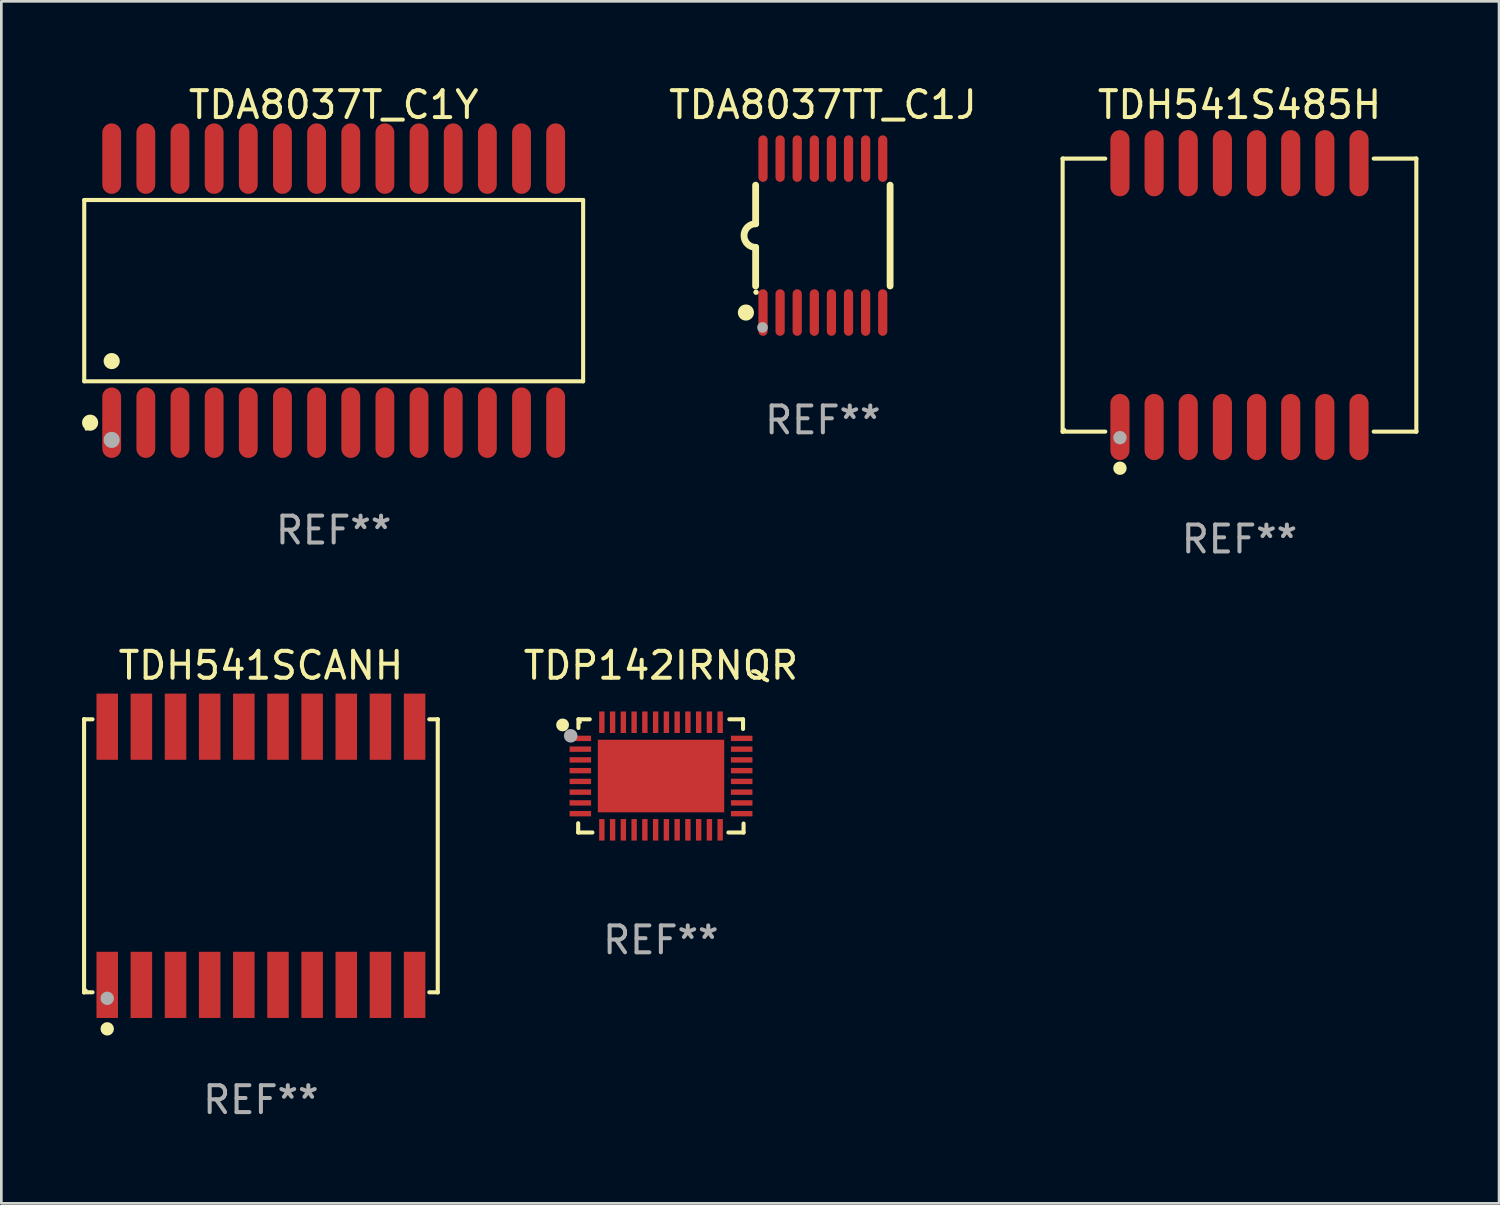
<source format=kicad_pcb>
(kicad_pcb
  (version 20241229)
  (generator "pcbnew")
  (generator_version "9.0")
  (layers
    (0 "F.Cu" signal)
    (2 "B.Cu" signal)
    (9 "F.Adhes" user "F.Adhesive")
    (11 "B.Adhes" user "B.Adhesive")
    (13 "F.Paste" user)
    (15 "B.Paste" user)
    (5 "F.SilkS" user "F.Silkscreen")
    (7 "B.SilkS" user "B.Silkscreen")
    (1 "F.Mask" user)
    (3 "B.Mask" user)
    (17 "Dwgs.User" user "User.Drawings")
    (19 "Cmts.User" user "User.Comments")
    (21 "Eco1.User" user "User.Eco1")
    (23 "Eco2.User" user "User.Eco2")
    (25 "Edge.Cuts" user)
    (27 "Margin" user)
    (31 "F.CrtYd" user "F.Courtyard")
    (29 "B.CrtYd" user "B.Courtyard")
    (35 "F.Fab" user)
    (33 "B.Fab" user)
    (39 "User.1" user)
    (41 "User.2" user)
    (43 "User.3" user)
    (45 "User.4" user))
  (footprint "TDA8037TT_C1J"
    (layer "F.Cu")
    (at 27.549 5.71)
    (property "Reference" "TDA8037TT_C1J" (at 0 -4.862 0) (layer "F.SilkS") (effects (font (size 1 1) (thickness 0.15))))
    (attr through_hole)
    (fp_line (start -2.5 -1.874) (end -2.5 -0.439) (stroke (width 0.254) (type solid)) (layer "F.SilkS"))
    (fp_line (start -2.5 1.874) (end -2.5 0.439) (stroke (width 0.254) (type solid)) (layer "F.SilkS"))
    (fp_line (start 2.5 -1.874) (end 2.5 1.874) (stroke (width 0.254) (type solid)) (layer "F.SilkS"))
    (fp_arc (start -2.5 0.438989) (mid -2.938633 -0.000597) (end -2.499365 -0.439547) (stroke (width 0.254001) (type solid)) (layer "F.SilkS"))
    (fp_circle (center -2.862 2.862) (end -2.712 2.862) (stroke (width 0.3) (type solid)) (fill no) (layer "F.SilkS"))
    (fp_circle (center -2.486 2.106) (end -2.436 2.106) (stroke (width 0.1) (type solid)) (fill no) (layer "F.SilkS"))
    (fp_circle (center -2.244 3.416) (end -2.144 3.416) (stroke (width 0.2) (type solid)) (fill no) (layer "F.Fab"))
    (fp_text user "REF**" (at 0 6.862 0) (layer "F.Fab") (effects (font (size 1 1) (thickness 0.15))))
    (pad "1" smd oval (at -2.226 2.862) (size 0.343 1.731) (layers "F.Cu" "F.Mask" "F.Paste"))
    (pad "2" smd oval (at -1.59 2.862) (size 0.343 1.731) (layers "F.Cu" "F.Mask" "F.Paste"))
    (pad "3" smd oval (at -0.954 2.862) (size 0.343 1.731) (layers "F.Cu" "F.Mask" "F.Paste"))
    (pad "4" smd oval (at -0.318 2.862) (size 0.343 1.731) (layers "F.Cu" "F.Mask" "F.Paste"))
    (pad "5" smd oval (at 0.318 2.862) (size 0.343 1.731) (layers "F.Cu" "F.Mask" "F.Paste"))
    (pad "6" smd oval (at 0.954 2.862) (size 0.343 1.731) (layers "F.Cu" "F.Mask" "F.Paste"))
    (pad "7" smd oval (at 1.59 2.862) (size 0.343 1.731) (layers "F.Cu" "F.Mask" "F.Paste"))
    (pad "8" smd oval (at 2.226 2.862) (size 0.343 1.731) (layers "F.Cu" "F.Mask" "F.Paste"))
    (pad "9" smd oval (at 2.226 -2.862) (size 0.343 1.731) (layers "F.Cu" "F.Mask" "F.Paste"))
    (pad "10" smd oval (at 1.59 -2.862) (size 0.343 1.731) (layers "F.Cu" "F.Mask" "F.Paste"))
    (pad "11" smd oval (at 0.954 -2.862) (size 0.343 1.731) (layers "F.Cu" "F.Mask" "F.Paste"))
    (pad "12" smd oval (at 0.318 -2.862) (size 0.343 1.731) (layers "F.Cu" "F.Mask" "F.Paste"))
    (pad "13" smd oval (at -0.318 -2.862) (size 0.343 1.731) (layers "F.Cu" "F.Mask" "F.Paste"))
    (pad "14" smd oval (at -0.954 -2.862) (size 0.343 1.731) (layers "F.Cu" "F.Mask" "F.Paste"))
    (pad "15" smd oval (at -1.59 -2.862) (size 0.343 1.731) (layers "F.Cu" "F.Mask" "F.Paste"))
    (pad "16" smd oval (at -2.226 -2.862) (size 0.343 1.731) (layers "F.Cu" "F.Mask" "F.Paste")))
  (footprint "TDP142IRNQR"
    (layer "F.Cu")
    (at 21.525 25.802)
    (property "Reference" "TDP142IRNQR" (at 0 -4.105 0) (layer "F.SilkS") (effects (font (size 1 1) (thickness 0.15))))
    (attr through_hole)
    (fp_line (start -3.075 2.105) (end -3.075 1.761) (stroke (width 0.152) (type solid)) (layer "F.SilkS"))
    (fp_line (start -3.065 -2.105) (end -2.645 -2.105) (stroke (width 0.152) (type solid)) (layer "F.SilkS"))
    (fp_line (start -3.065 -1.781) (end -3.065 -2.105) (stroke (width 0.152) (type solid)) (layer "F.SilkS"))
    (fp_line (start -2.545 2.105) (end -3.075 2.105) (stroke (width 0.152) (type solid)) (layer "F.SilkS"))
    (fp_line (start 2.545 -2.105) (end 3.055 -2.105) (stroke (width 0.152) (type solid)) (layer "F.SilkS"))
    (fp_line (start 3.055 -2.105) (end 3.055 -1.745) (stroke (width 0.152) (type solid)) (layer "F.SilkS"))
    (fp_line (start 3.075 1.771) (end 3.075 2.105) (stroke (width 0.152) (type solid)) (layer "F.SilkS"))
    (fp_line (start 3.075 2.105) (end 2.511 2.105) (stroke (width 0.152) (type solid)) (layer "F.SilkS"))
    (fp_circle (center -3.655 -1.895) (end -3.535 -1.895) (stroke (width 0.24) (type solid)) (fill no) (layer "F.SilkS"))
    (fp_circle (center -2.995 -1.995) (end -2.965 -1.995) (stroke (width 0.06) (type solid)) (fill no) (layer "F.SilkS"))
    (fp_circle (center -3.354 -1.491) (end -3.227 -1.491) (stroke (width 0.254) (type solid)) (fill no) (layer "F.Fab"))
    (fp_text user "REF**" (at 0 6.105 0) (layer "F.Fab") (effects (font (size 1 1) (thickness 0.15))))
    (pad "1" smd rect (at -2.995 -1.395) (size 0.8 0.2) (layers "F.Cu" "F.Mask" "F.Paste"))
    (pad "2" smd rect (at -2.995 -0.995) (size 0.8 0.2) (layers "F.Cu" "F.Mask" "F.Paste"))
    (pad "3" smd rect (at -2.995 -0.595) (size 0.8 0.2) (layers "F.Cu" "F.Mask" "F.Paste"))
    (pad "4" smd rect (at -2.995 -0.195) (size 0.8 0.2) (layers "F.Cu" "F.Mask" "F.Paste"))
    (pad "5" smd rect (at -2.995 0.205) (size 0.8 0.2) (layers "F.Cu" "F.Mask" "F.Paste"))
    (pad "6" smd rect (at -2.995 0.605) (size 0.8 0.2) (layers "F.Cu" "F.Mask" "F.Paste"))
    (pad "7" smd rect (at -2.995 1.005) (size 0.8 0.2) (layers "F.Cu" "F.Mask" "F.Paste"))
    (pad "8" smd rect (at -2.995 1.405) (size 0.8 0.2) (layers "F.Cu" "F.Mask" "F.Paste"))
    (pad "9" smd rect (at -2.195 2.005) (size 0.2 0.8) (layers "F.Cu" "F.Mask" "F.Paste"))
    (pad "10" smd rect (at -1.795 2.005) (size 0.2 0.8) (layers "F.Cu" "F.Mask" "F.Paste"))
    (pad "11" smd rect (at -1.395 2.005) (size 0.2 0.8) (layers "F.Cu" "F.Mask" "F.Paste"))
    (pad "12" smd rect (at -0.995 2.005) (size 0.2 0.8) (layers "F.Cu" "F.Mask" "F.Paste"))
    (pad "13" smd rect (at -0.595 2.005) (size 0.2 0.8) (layers "F.Cu" "F.Mask" "F.Paste"))
    (pad "14" smd rect (at -0.195 2.005) (size 0.2 0.8) (layers "F.Cu" "F.Mask" "F.Paste"))
    (pad "15" smd rect (at 0.205 2.005) (size 0.2 0.8) (layers "F.Cu" "F.Mask" "F.Paste"))
    (pad "16" smd rect (at 0.605 2.005) (size 0.2 0.8) (layers "F.Cu" "F.Mask" "F.Paste"))
    (pad "17" smd rect (at 1.005 2.005) (size 0.2 0.8) (layers "F.Cu" "F.Mask" "F.Paste"))
    (pad "18" smd rect (at 1.405 2.005) (size 0.2 0.8) (layers "F.Cu" "F.Mask" "F.Paste"))
    (pad "19" smd rect (at 1.805 2.005) (size 0.2 0.8) (layers "F.Cu" "F.Mask" "F.Paste"))
    (pad "20" smd rect (at 2.205 2.005) (size 0.2 0.8) (layers "F.Cu" "F.Mask" "F.Paste"))
    (pad "21" smd rect (at 3.005 1.405) (size 0.8 0.2) (layers "F.Cu" "F.Mask" "F.Paste"))
    (pad "22" smd rect (at 3.005 1.005) (size 0.8 0.2) (layers "F.Cu" "F.Mask" "F.Paste"))
    (pad "23" smd rect (at 3.005 0.605) (size 0.8 0.2) (layers "F.Cu" "F.Mask" "F.Paste"))
    (pad "24" smd rect (at 3.005 0.205) (size 0.8 0.2) (layers "F.Cu" "F.Mask" "F.Paste"))
    (pad "25" smd rect (at 3.005 -0.195) (size 0.8 0.2) (layers "F.Cu" "F.Mask" "F.Paste"))
    (pad "26" smd rect (at 3.005 -0.595) (size 0.8 0.2) (layers "F.Cu" "F.Mask" "F.Paste"))
    (pad "27" smd rect (at 3.005 -0.995) (size 0.8 0.2) (layers "F.Cu" "F.Mask" "F.Paste"))
    (pad "28" smd rect (at 3.005 -1.395) (size 0.8 0.2) (layers "F.Cu" "F.Mask" "F.Paste"))
    (pad "29" smd rect (at 2.205 -1.995) (size 0.2 0.8) (layers "F.Cu" "F.Mask" "F.Paste"))
    (pad "30" smd rect (at 1.805 -1.995) (size 0.2 0.8) (layers "F.Cu" "F.Mask" "F.Paste"))
    (pad "31" smd rect (at 1.405 -1.995) (size 0.2 0.8) (layers "F.Cu" "F.Mask" "F.Paste"))
    (pad "32" smd rect (at 1.005 -1.995) (size 0.2 0.8) (layers "F.Cu" "F.Mask" "F.Paste"))
    (pad "33" smd rect (at 0.605 -1.995) (size 0.2 0.8) (layers "F.Cu" "F.Mask" "F.Paste"))
    (pad "34" smd rect (at 0.205 -1.995) (size 0.2 0.8) (layers "F.Cu" "F.Mask" "F.Paste"))
    (pad "35" smd rect (at -0.195 -1.995) (size 0.2 0.8) (layers "F.Cu" "F.Mask" "F.Paste"))
    (pad "36" smd rect (at -0.595 -1.995) (size 0.2 0.8) (layers "F.Cu" "F.Mask" "F.Paste"))
    (pad "37" smd rect (at -0.995 -1.995) (size 0.2 0.8) (layers "F.Cu" "F.Mask" "F.Paste"))
    (pad "38" smd rect (at -1.395 -1.995) (size 0.2 0.8) (layers "F.Cu" "F.Mask" "F.Paste"))
    (pad "39" smd rect (at -1.795 -1.995) (size 0.2 0.8) (layers "F.Cu" "F.Mask" "F.Paste"))
    (pad "40" smd rect (at -2.195 -1.995) (size 0.2 0.8) (layers "F.Cu" "F.Mask" "F.Paste"))
    (pad "41" smd rect (at 0.005 0.005) (size 4.7 2.7) (layers "F.Cu" "F.Mask" "F.Paste")))
  (footprint "TDA8037T_C1Y"
    (layer "F.Cu")
    (at 9.358 7.758)
    (property "Reference" "TDA8037T_C1Y" (at 0 -6.91 0) (layer "F.SilkS") (effects (font (size 1 1) (thickness 0.15))))
    (attr through_hole)
    (fp_line (start -9.276 -3.371) (end 9.276 -3.371) (stroke (width 0.152) (type solid)) (layer "F.SilkS"))
    (fp_line (start -9.276 3.371) (end -9.276 -3.371) (stroke (width 0.152) (type solid)) (layer "F.SilkS"))
    (fp_line (start 9.276 -3.371) (end 9.276 3.371) (stroke (width 0.152) (type solid)) (layer "F.SilkS"))
    (fp_line (start 9.276 3.371) (end -9.276 3.371) (stroke (width 0.152) (type solid)) (layer "F.SilkS"))
    (fp_circle (center -9.2 5.15) (end -9.17 5.15) (stroke (width 0.06) (type solid)) (fill no) (layer "F.SilkS"))
    (fp_circle (center -9.057 4.91) (end -8.907 4.91) (stroke (width 0.3) (type solid)) (fill no) (layer "F.SilkS"))
    (fp_circle (center -8.255 2.619) (end -8.105 2.619) (stroke (width 0.3) (type solid)) (fill no) (layer "F.SilkS"))
    (fp_circle (center -8.255 5.55) (end -8.105 5.55) (stroke (width 0.3) (type solid)) (fill no) (layer "F.Fab"))
    (fp_text user "REF**" (at 0 8.91 0) (layer "F.Fab") (effects (font (size 1 1) (thickness 0.15))))
    (pad "1" smd oval (at -8.255 4.91) (size 0.7 2.62) (layers "F.Cu" "F.Mask" "F.Paste"))
    (pad "2" smd oval (at -6.985 4.91) (size 0.7 2.62) (layers "F.Cu" "F.Mask" "F.Paste"))
    (pad "3" smd oval (at -5.715 4.91) (size 0.7 2.62) (layers "F.Cu" "F.Mask" "F.Paste"))
    (pad "4" smd oval (at -4.445 4.91) (size 0.7 2.62) (layers "F.Cu" "F.Mask" "F.Paste"))
    (pad "5" smd oval (at -3.175 4.91) (size 0.7 2.62) (layers "F.Cu" "F.Mask" "F.Paste"))
    (pad "6" smd oval (at -1.905 4.91) (size 0.7 2.62) (layers "F.Cu" "F.Mask" "F.Paste"))
    (pad "7" smd oval (at -0.635 4.91) (size 0.7 2.62) (layers "F.Cu" "F.Mask" "F.Paste"))
    (pad "8" smd oval (at 0.635 4.91) (size 0.7 2.62) (layers "F.Cu" "F.Mask" "F.Paste"))
    (pad "9" smd oval (at 1.905 4.91) (size 0.7 2.62) (layers "F.Cu" "F.Mask" "F.Paste"))
    (pad "10" smd oval (at 3.175 4.91) (size 0.7 2.62) (layers "F.Cu" "F.Mask" "F.Paste"))
    (pad "11" smd oval (at 4.445 4.91) (size 0.7 2.62) (layers "F.Cu" "F.Mask" "F.Paste"))
    (pad "12" smd oval (at 5.715 4.91) (size 0.7 2.62) (layers "F.Cu" "F.Mask" "F.Paste"))
    (pad "13" smd oval (at 6.985 4.91) (size 0.7 2.62) (layers "F.Cu" "F.Mask" "F.Paste"))
    (pad "14" smd oval (at 8.255 4.91) (size 0.7 2.62) (layers "F.Cu" "F.Mask" "F.Paste"))
    (pad "15" smd oval (at 8.255 -4.91) (size 0.7 2.62) (layers "F.Cu" "F.Mask" "F.Paste"))
    (pad "16" smd oval (at 6.985 -4.91) (size 0.7 2.62) (layers "F.Cu" "F.Mask" "F.Paste"))
    (pad "17" smd oval (at 5.715 -4.91) (size 0.7 2.62) (layers "F.Cu" "F.Mask" "F.Paste"))
    (pad "18" smd oval (at 4.445 -4.91) (size 0.7 2.62) (layers "F.Cu" "F.Mask" "F.Paste"))
    (pad "19" smd oval (at 3.175 -4.91) (size 0.7 2.62) (layers "F.Cu" "F.Mask" "F.Paste"))
    (pad "20" smd oval (at 1.905 -4.91) (size 0.7 2.62) (layers "F.Cu" "F.Mask" "F.Paste"))
    (pad "21" smd oval (at 0.635 -4.91) (size 0.7 2.62) (layers "F.Cu" "F.Mask" "F.Paste"))
    (pad "22" smd oval (at -0.635 -4.91) (size 0.7 2.62) (layers "F.Cu" "F.Mask" "F.Paste"))
    (pad "23" smd oval (at -1.905 -4.91) (size 0.7 2.62) (layers "F.Cu" "F.Mask" "F.Paste"))
    (pad "24" smd oval (at -3.175 -4.91) (size 0.7 2.62) (layers "F.Cu" "F.Mask" "F.Paste"))
    (pad "25" smd oval (at -4.445 -4.91) (size 0.7 2.62) (layers "F.Cu" "F.Mask" "F.Paste"))
    (pad "26" smd oval (at -5.715 -4.91) (size 0.7 2.62) (layers "F.Cu" "F.Mask" "F.Paste"))
    (pad "27" smd oval (at -6.985 -4.91) (size 0.7 2.62) (layers "F.Cu" "F.Mask" "F.Paste"))
    (pad "28" smd oval (at -8.255 -4.91) (size 0.7 2.62) (layers "F.Cu" "F.Mask" "F.Paste")))
  (footprint "TDH541SCANH"
    (layer "F.Cu")
    (at 6.652 28.773)
    (property "Reference" "TDH541SCANH" (at 0 -7.076 0) (layer "F.SilkS") (effects (font (size 1 1) (thickness 0.15))))
    (attr through_hole)
    (fp_line (start -6.576 -5.076) (end -6.576 -5.076) (stroke (width 0.152) (type solid)) (layer "F.SilkS"))
    (fp_line (start -6.576 -5.076) (end -6.261 -5.076) (stroke (width 0.152) (type solid)) (layer "F.SilkS"))
    (fp_line (start -6.576 5.076) (end -6.576 -5.076) (stroke (width 0.152) (type solid)) (layer "F.SilkS"))
    (fp_line (start -6.576 5.076) (end -6.576 5.076) (stroke (width 0.152) (type solid)) (layer "F.SilkS"))
    (fp_line (start -6.261 5.076) (end -6.576 5.076) (stroke (width 0.152) (type solid)) (layer "F.SilkS"))
    (fp_line (start 6.261 5.076) (end 6.576 5.076) (stroke (width 0.152) (type solid)) (layer "F.SilkS"))
    (fp_line (start 6.576 -5.076) (end 6.261 -5.076) (stroke (width 0.152) (type solid)) (layer "F.SilkS"))
    (fp_line (start 6.576 -5.076) (end 6.576 -5.076) (stroke (width 0.152) (type solid)) (layer "F.SilkS"))
    (fp_line (start 6.576 5.076) (end 6.576 -5.076) (stroke (width 0.152) (type solid)) (layer "F.SilkS"))
    (fp_line (start 6.576 5.076) (end 6.576 5.076) (stroke (width 0.152) (type solid)) (layer "F.SilkS"))
    (fp_circle (center -6.5 5) (end -6.47 5) (stroke (width 0.06) (type solid)) (fill no) (layer "F.SilkS"))
    (fp_circle (center -5.715 6.436) (end -5.59 6.436) (stroke (width 0.25) (type solid)) (fill no) (layer "F.SilkS"))
    (fp_circle (center -5.715 5.3) (end -5.59 5.3) (stroke (width 0.25) (type solid)) (fill no) (layer "F.Fab"))
    (fp_text user "REF**" (at 0 9.076 0) (layer "F.Fab") (effects (font (size 1 1) (thickness 0.15))))
    (pad "1" smd rect (at -5.715 4.8) (size 0.8 2.461) (layers "F.Cu" "F.Mask" "F.Paste"))
    (pad "2" smd rect (at -4.445 4.8) (size 0.8 2.461) (layers "F.Cu" "F.Mask" "F.Paste"))
    (pad "3" smd rect (at -3.175 4.8) (size 0.8 2.461) (layers "F.Cu" "F.Mask" "F.Paste"))
    (pad "4" smd rect (at -1.905 4.8) (size 0.8 2.461) (layers "F.Cu" "F.Mask" "F.Paste"))
    (pad "5" smd rect (at -0.635 4.8) (size 0.8 2.461) (layers "F.Cu" "F.Mask" "F.Paste"))
    (pad "6" smd rect (at 0.635 4.8) (size 0.8 2.461) (layers "F.Cu" "F.Mask" "F.Paste"))
    (pad "7" smd rect (at 1.905 4.8) (size 0.8 2.461) (layers "F.Cu" "F.Mask" "F.Paste"))
    (pad "8" smd rect (at 3.175 4.8) (size 0.8 2.461) (layers "F.Cu" "F.Mask" "F.Paste"))
    (pad "9" smd rect (at 4.445 4.8) (size 0.8 2.461) (layers "F.Cu" "F.Mask" "F.Paste"))
    (pad "10" smd rect (at 5.715 4.8) (size 0.8 2.461) (layers "F.Cu" "F.Mask" "F.Paste"))
    (pad "11" smd rect (at 5.715 -4.8) (size 0.8 2.461) (layers "F.Cu" "F.Mask" "F.Paste"))
    (pad "12" smd rect (at 4.445 -4.8) (size 0.8 2.461) (layers "F.Cu" "F.Mask" "F.Paste"))
    (pad "13" smd rect (at 3.175 -4.8) (size 0.8 2.461) (layers "F.Cu" "F.Mask" "F.Paste"))
    (pad "14" smd rect (at 1.905 -4.8) (size 0.8 2.461) (layers "F.Cu" "F.Mask" "F.Paste"))
    (pad "15" smd rect (at 0.635 -4.8) (size 0.8 2.461) (layers "F.Cu" "F.Mask" "F.Paste"))
    (pad "16" smd rect (at -0.635 -4.8) (size 0.8 2.461) (layers "F.Cu" "F.Mask" "F.Paste"))
    (pad "17" smd rect (at -1.905 -4.8) (size 0.8 2.461) (layers "F.Cu" "F.Mask" "F.Paste"))
    (pad "18" smd rect (at -3.175 -4.8) (size 0.8 2.461) (layers "F.Cu" "F.Mask" "F.Paste"))
    (pad "19" smd rect (at -4.445 -4.8) (size 0.8 2.461) (layers "F.Cu" "F.Mask" "F.Paste"))
    (pad "20" smd rect (at -5.715 -4.8) (size 0.8 2.461) (layers "F.Cu" "F.Mask" "F.Paste")))
  (footprint "TDH541S485H"
    (layer "F.Cu")
    (at 43.041 7.924)
    (property "Reference" "TDH541S485H" (at 0 -7.076 0) (layer "F.SilkS") (effects (font (size 1 1) (thickness 0.15))))
    (attr through_hole)
    (fp_line (start -6.576 -5.076) (end -6.576 -5.076) (stroke (width 0.152) (type solid)) (layer "F.SilkS"))
    (fp_line (start -6.576 -5.076) (end -4.991 -5.076) (stroke (width 0.152) (type solid)) (layer "F.SilkS"))
    (fp_line (start -6.576 5.076) (end -6.576 -5.076) (stroke (width 0.152) (type solid)) (layer "F.SilkS"))
    (fp_line (start -6.576 5.076) (end -6.576 5.076) (stroke (width 0.152) (type solid)) (layer "F.SilkS"))
    (fp_line (start -4.991 5.076) (end -6.576 5.076) (stroke (width 0.152) (type solid)) (layer "F.SilkS"))
    (fp_line (start 4.991 5.076) (end 6.576 5.076) (stroke (width 0.152) (type solid)) (layer "F.SilkS"))
    (fp_line (start 6.576 -5.076) (end 4.991 -5.076) (stroke (width 0.152) (type solid)) (layer "F.SilkS"))
    (fp_line (start 6.576 -5.076) (end 6.576 -5.076) (stroke (width 0.152) (type solid)) (layer "F.SilkS"))
    (fp_line (start 6.576 5.076) (end 6.576 -5.076) (stroke (width 0.152) (type solid)) (layer "F.SilkS"))
    (fp_line (start 6.576 5.076) (end 6.576 5.076) (stroke (width 0.152) (type solid)) (layer "F.SilkS"))
    (fp_circle (center -6.5 5) (end -6.47 5) (stroke (width 0.06) (type solid)) (fill no) (layer "F.SilkS"))
    (fp_circle (center -4.445 6.436) (end -4.32 6.436) (stroke (width 0.25) (type solid)) (fill no) (layer "F.SilkS"))
    (fp_circle (center -4.445 5.3) (end -4.32 5.3) (stroke (width 0.25) (type solid)) (fill no) (layer "F.Fab"))
    (fp_text user "REF**" (at 0 9.076 0) (layer "F.Fab") (effects (font (size 1 1) (thickness 0.15))))
    (pad "1" smd oval (at -4.445 4.905) (size 0.711 2.461) (layers "F.Cu" "F.Mask" "F.Paste"))
    (pad "2" smd oval (at -3.175 4.905) (size 0.711 2.461) (layers "F.Cu" "F.Mask" "F.Paste"))
    (pad "3" smd oval (at -1.905 4.905) (size 0.711 2.461) (layers "F.Cu" "F.Mask" "F.Paste"))
    (pad "4" smd oval (at -0.635 4.905) (size 0.711 2.461) (layers "F.Cu" "F.Mask" "F.Paste"))
    (pad "5" smd oval (at 0.635 4.905) (size 0.711 2.461) (layers "F.Cu" "F.Mask" "F.Paste"))
    (pad "6" smd oval (at 1.905 4.905) (size 0.711 2.461) (layers "F.Cu" "F.Mask" "F.Paste"))
    (pad "7" smd oval (at 3.175 4.905) (size 0.711 2.461) (layers "F.Cu" "F.Mask" "F.Paste"))
    (pad "8" smd oval (at 4.445 4.905) (size 0.711 2.461) (layers "F.Cu" "F.Mask" "F.Paste"))
    (pad "9" smd oval (at 4.445 -4.905) (size 0.711 2.461) (layers "F.Cu" "F.Mask" "F.Paste"))
    (pad "10" smd oval (at 3.175 -4.905) (size 0.711 2.461) (layers "F.Cu" "F.Mask" "F.Paste"))
    (pad "11" smd oval (at 1.905 -4.905) (size 0.711 2.461) (layers "F.Cu" "F.Mask" "F.Paste"))
    (pad "12" smd oval (at 0.635 -4.905) (size 0.711 2.461) (layers "F.Cu" "F.Mask" "F.Paste"))
    (pad "13" smd oval (at -0.635 -4.905) (size 0.711 2.461) (layers "F.Cu" "F.Mask" "F.Paste"))
    (pad "14" smd oval (at -1.905 -4.905) (size 0.711 2.461) (layers "F.Cu" "F.Mask" "F.Paste"))
    (pad "15" smd oval (at -3.175 -4.905) (size 0.711 2.461) (layers "F.Cu" "F.Mask" "F.Paste"))
    (pad "16" smd oval (at -4.445 -4.905) (size 0.711 2.461) (layers "F.Cu" "F.Mask" "F.Paste")))
  (gr_rect
    (start -3 -3)
    (end 52.693 41.698)
    (stroke (width 0.1) (type default))
    (fill no)
    (layer "Edge.Cuts")))
</source>
